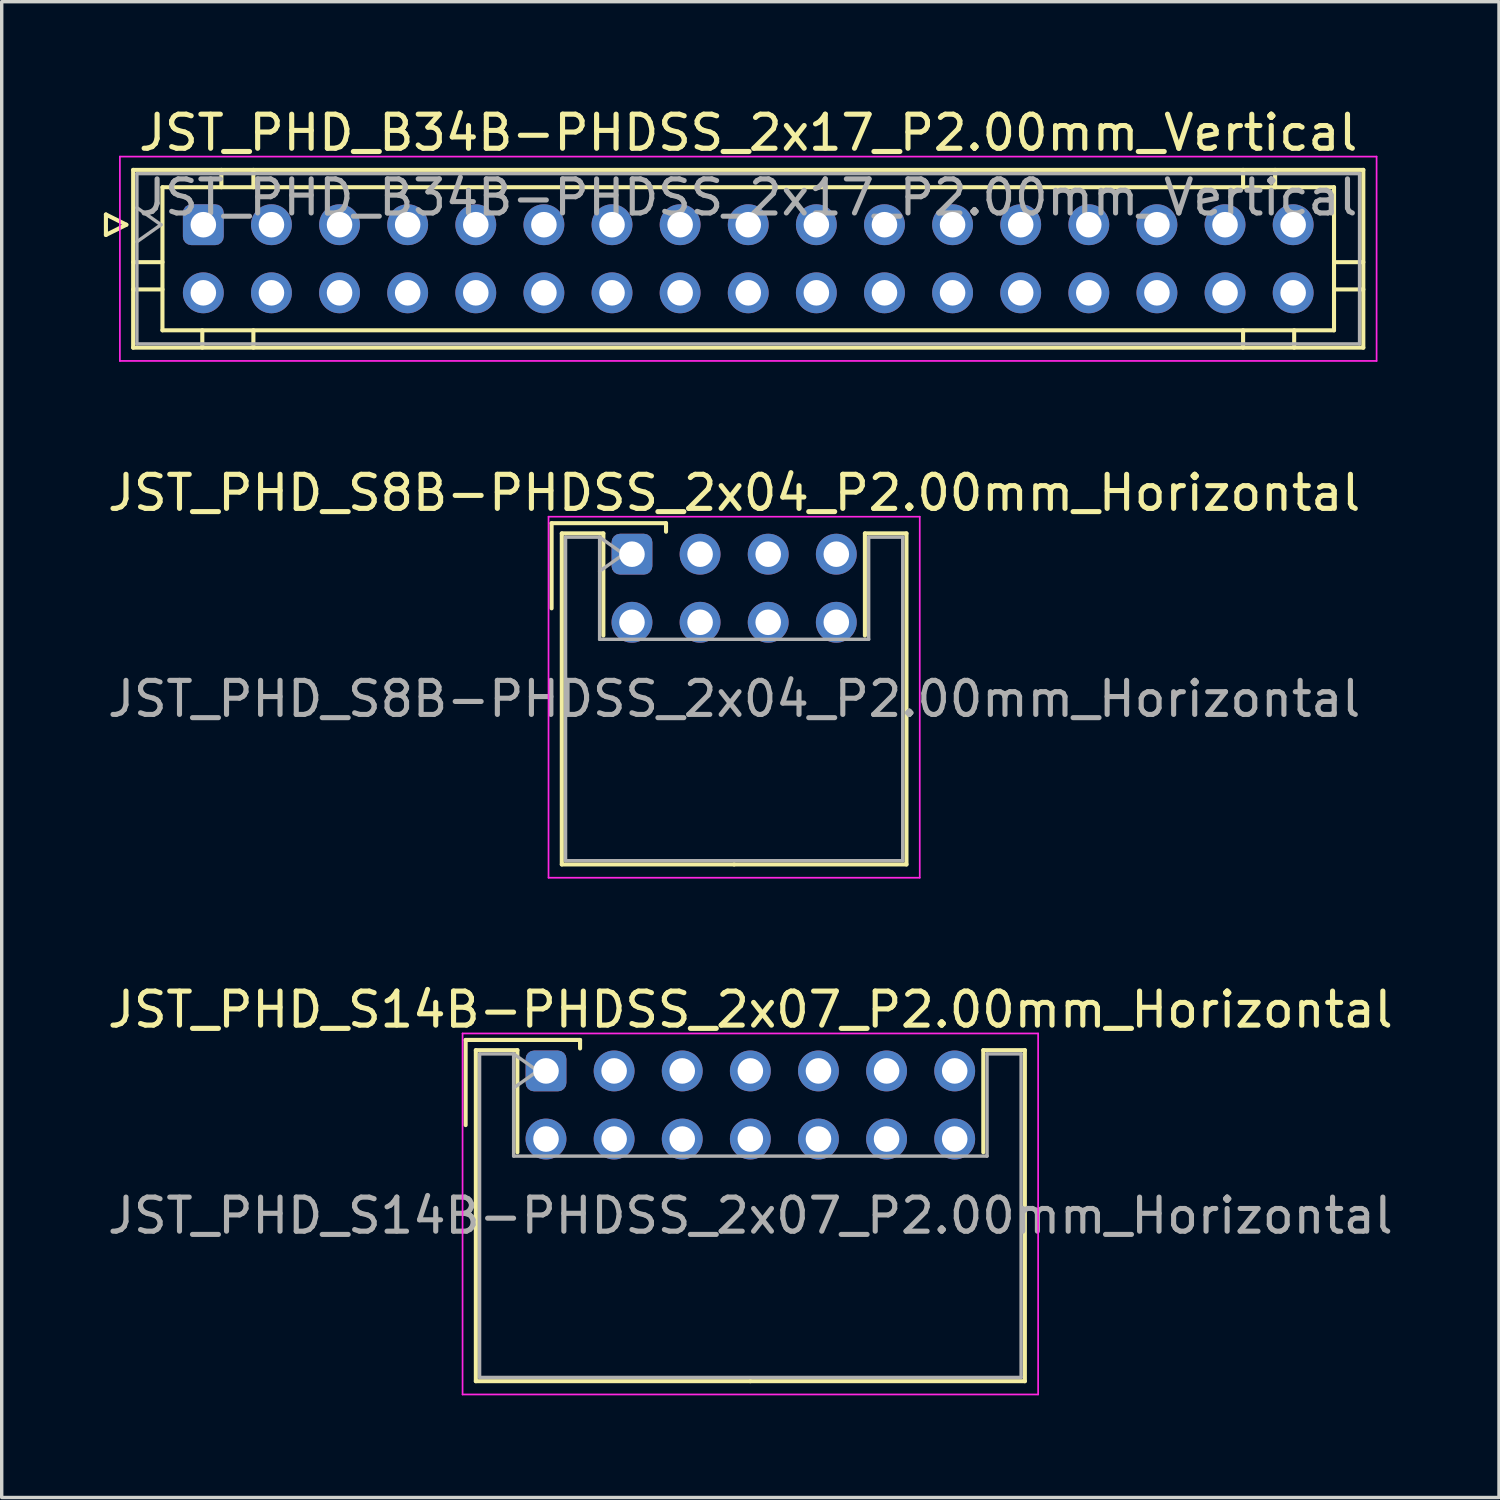
<source format=kicad_pcb>
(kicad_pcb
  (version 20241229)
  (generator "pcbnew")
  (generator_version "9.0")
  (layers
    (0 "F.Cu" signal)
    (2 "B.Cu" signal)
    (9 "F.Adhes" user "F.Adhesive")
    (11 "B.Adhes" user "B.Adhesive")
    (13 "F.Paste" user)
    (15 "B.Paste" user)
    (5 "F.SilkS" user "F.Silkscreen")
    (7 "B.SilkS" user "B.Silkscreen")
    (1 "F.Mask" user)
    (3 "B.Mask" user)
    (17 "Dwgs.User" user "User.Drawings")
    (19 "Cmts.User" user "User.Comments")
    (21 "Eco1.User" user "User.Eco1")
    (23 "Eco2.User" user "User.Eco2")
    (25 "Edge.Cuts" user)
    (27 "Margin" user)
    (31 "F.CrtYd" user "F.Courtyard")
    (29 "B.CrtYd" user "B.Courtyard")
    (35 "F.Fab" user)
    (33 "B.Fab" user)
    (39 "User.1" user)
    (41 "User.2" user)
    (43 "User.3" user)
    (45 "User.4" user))
  (footprint "JST_PHD_S8B-PHDSS_2x04_P2.00mm_Horizontal"
    (layer "F.Cu")
    (at 15.506 13.222)
    (property "Reference" "JST_PHD_S8B-PHDSS_2x04_P2.00mm_Horizontal" (at 3 -1.8 0) (layer "F.SilkS") (effects (font (size 1 1) (thickness 0.15))))
    (attr through_hole)
    (fp_line (start -2.36 -0.91) (end -2.36 1.59) (stroke (width 0.12) (type solid)) (layer "F.SilkS"))
    (fp_line (start -2.06 -0.61) (end -2.06 9.11) (stroke (width 0.12) (type solid)) (layer "F.SilkS"))
    (fp_line (start -2.06 9.11) (end 3 9.11) (stroke (width 0.12) (type solid)) (layer "F.SilkS"))
    (fp_line (start -0.84 -0.61) (end -2.06 -0.61) (stroke (width 0.12) (type solid)) (layer "F.SilkS"))
    (fp_line (start -0.84 2.39) (end -0.84 -0.61) (stroke (width 0.12) (type solid)) (layer "F.SilkS"))
    (fp_line (start 1 -0.91) (end -2.36 -0.91) (stroke (width 0.12) (type solid)) (layer "F.SilkS"))
    (fp_line (start 1 -0.66) (end 1 -0.91) (stroke (width 0.12) (type solid)) (layer "F.SilkS"))
    (fp_line (start 6.84 -0.61) (end 8.06 -0.61) (stroke (width 0.12) (type solid)) (layer "F.SilkS"))
    (fp_line (start 6.84 2.39) (end 6.84 -0.61) (stroke (width 0.12) (type solid)) (layer "F.SilkS"))
    (fp_line (start 8.06 -0.61) (end 8.06 9.11) (stroke (width 0.12) (type solid)) (layer "F.SilkS"))
    (fp_line (start 8.06 9.11) (end 3 9.11) (stroke (width 0.12) (type solid)) (layer "F.SilkS"))
    (fp_line (start -2.45 -1.1) (end -2.45 9.5) (stroke (width 0.05) (type solid)) (layer "F.CrtYd"))
    (fp_line (start -2.45 9.5) (end 8.45 9.5) (stroke (width 0.05) (type solid)) (layer "F.CrtYd"))
    (fp_line (start 8.45 -1.1) (end -2.45 -1.1) (stroke (width 0.05) (type solid)) (layer "F.CrtYd"))
    (fp_line (start 8.45 9.5) (end 8.45 -1.1) (stroke (width 0.05) (type solid)) (layer "F.CrtYd"))
    (fp_line (start -1.95 -0.5) (end -0.95 -0.5) (stroke (width 0.1) (type solid)) (layer "F.Fab"))
    (fp_line (start -1.95 9) (end -1.95 -0.5) (stroke (width 0.1) (type solid)) (layer "F.Fab"))
    (fp_line (start -0.95 -0.5) (end -0.95 2.5) (stroke (width 0.1) (type solid)) (layer "F.Fab"))
    (fp_line (start -0.95 -0.5) (end -0.243 0) (stroke (width 0.1) (type solid)) (layer "F.Fab"))
    (fp_line (start -0.95 2.5) (end 6.95 2.5) (stroke (width 0.1) (type solid)) (layer "F.Fab"))
    (fp_line (start -0.243 0) (end -0.95 0.5) (stroke (width 0.1) (type solid)) (layer "F.Fab"))
    (fp_line (start 6.95 -0.5) (end 7.95 -0.5) (stroke (width 0.1) (type solid)) (layer "F.Fab"))
    (fp_line (start 6.95 2.5) (end 6.95 -0.5) (stroke (width 0.1) (type solid)) (layer "F.Fab"))
    (fp_line (start 7.95 -0.5) (end 7.95 9) (stroke (width 0.1) (type solid)) (layer "F.Fab"))
    (fp_line (start 7.95 9) (end -1.95 9) (stroke (width 0.1) (type solid)) (layer "F.Fab"))
    (fp_text user "${REFERENCE}" (at 3 4.25 0) (layer "F.Fab") (effects (font (size 1 1) (thickness 0.15))))
    (pad "1" thru_hole roundrect (at 0 0) (size 1.2 1.2) (drill 0.75) (layers "*.Cu" "*.Mask") (roundrect_rratio 0.208))
    (pad "2" thru_hole circle (at 0 2) (size 1.2 1.2) (drill 0.75) (layers "*.Cu" "*.Mask"))
    (pad "3" thru_hole circle (at 2 0) (size 1.2 1.2) (drill 0.75) (layers "*.Cu" "*.Mask"))
    (pad "4" thru_hole circle (at 2 2) (size 1.2 1.2) (drill 0.75) (layers "*.Cu" "*.Mask"))
    (pad "5" thru_hole circle (at 4 0) (size 1.2 1.2) (drill 0.75) (layers "*.Cu" "*.Mask"))
    (pad "6" thru_hole circle (at 4 2) (size 1.2 1.2) (drill 0.75) (layers "*.Cu" "*.Mask"))
    (pad "7" thru_hole circle (at 6 0) (size 1.2 1.2) (drill 0.75) (layers "*.Cu" "*.Mask"))
    (pad "8" thru_hole circle (at 6 2) (size 1.2 1.2) (drill 0.75) (layers "*.Cu" "*.Mask")))
  (footprint "JST_PHD_S14B-PHDSS_2x07_P2.00mm_Horizontal"
    (layer "F.Cu")
    (at 12.982 28.395)
    (property "Reference" "JST_PHD_S14B-PHDSS_2x07_P2.00mm_Horizontal" (at 6 -1.8 0) (layer "F.SilkS") (effects (font (size 1 1) (thickness 0.15))))
    (attr through_hole)
    (fp_line (start -2.36 -0.91) (end -2.36 1.59) (stroke (width 0.12) (type solid)) (layer "F.SilkS"))
    (fp_line (start -2.06 -0.61) (end -2.06 9.11) (stroke (width 0.12) (type solid)) (layer "F.SilkS"))
    (fp_line (start -2.06 9.11) (end 6 9.11) (stroke (width 0.12) (type solid)) (layer "F.SilkS"))
    (fp_line (start -0.84 -0.61) (end -2.06 -0.61) (stroke (width 0.12) (type solid)) (layer "F.SilkS"))
    (fp_line (start -0.84 2.39) (end -0.84 -0.61) (stroke (width 0.12) (type solid)) (layer "F.SilkS"))
    (fp_line (start 1 -0.91) (end -2.36 -0.91) (stroke (width 0.12) (type solid)) (layer "F.SilkS"))
    (fp_line (start 1 -0.66) (end 1 -0.91) (stroke (width 0.12) (type solid)) (layer "F.SilkS"))
    (fp_line (start 12.84 -0.61) (end 14.06 -0.61) (stroke (width 0.12) (type solid)) (layer "F.SilkS"))
    (fp_line (start 12.84 2.39) (end 12.84 -0.61) (stroke (width 0.12) (type solid)) (layer "F.SilkS"))
    (fp_line (start 14.06 -0.61) (end 14.06 9.11) (stroke (width 0.12) (type solid)) (layer "F.SilkS"))
    (fp_line (start 14.06 9.11) (end 6 9.11) (stroke (width 0.12) (type solid)) (layer "F.SilkS"))
    (fp_line (start -2.45 -1.1) (end -2.45 9.5) (stroke (width 0.05) (type solid)) (layer "F.CrtYd"))
    (fp_line (start -2.45 9.5) (end 14.45 9.5) (stroke (width 0.05) (type solid)) (layer "F.CrtYd"))
    (fp_line (start 14.45 -1.1) (end -2.45 -1.1) (stroke (width 0.05) (type solid)) (layer "F.CrtYd"))
    (fp_line (start 14.45 9.5) (end 14.45 -1.1) (stroke (width 0.05) (type solid)) (layer "F.CrtYd"))
    (fp_line (start -1.95 -0.5) (end -0.95 -0.5) (stroke (width 0.1) (type solid)) (layer "F.Fab"))
    (fp_line (start -1.95 9) (end -1.95 -0.5) (stroke (width 0.1) (type solid)) (layer "F.Fab"))
    (fp_line (start -0.95 -0.5) (end -0.95 2.5) (stroke (width 0.1) (type solid)) (layer "F.Fab"))
    (fp_line (start -0.95 -0.5) (end -0.243 0) (stroke (width 0.1) (type solid)) (layer "F.Fab"))
    (fp_line (start -0.95 2.5) (end 12.95 2.5) (stroke (width 0.1) (type solid)) (layer "F.Fab"))
    (fp_line (start -0.243 0) (end -0.95 0.5) (stroke (width 0.1) (type solid)) (layer "F.Fab"))
    (fp_line (start 12.95 -0.5) (end 13.95 -0.5) (stroke (width 0.1) (type solid)) (layer "F.Fab"))
    (fp_line (start 12.95 2.5) (end 12.95 -0.5) (stroke (width 0.1) (type solid)) (layer "F.Fab"))
    (fp_line (start 13.95 -0.5) (end 13.95 9) (stroke (width 0.1) (type solid)) (layer "F.Fab"))
    (fp_line (start 13.95 9) (end -1.95 9) (stroke (width 0.1) (type solid)) (layer "F.Fab"))
    (fp_text user "${REFERENCE}" (at 6 4.25 0) (layer "F.Fab") (effects (font (size 1 1) (thickness 0.15))))
    (pad "1" thru_hole roundrect (at 0 0) (size 1.2 1.2) (drill 0.75) (layers "*.Cu" "*.Mask") (roundrect_rratio 0.208))
    (pad "2" thru_hole circle (at 0 2) (size 1.2 1.2) (drill 0.75) (layers "*.Cu" "*.Mask"))
    (pad "3" thru_hole circle (at 2 0) (size 1.2 1.2) (drill 0.75) (layers "*.Cu" "*.Mask"))
    (pad "4" thru_hole circle (at 2 2) (size 1.2 1.2) (drill 0.75) (layers "*.Cu" "*.Mask"))
    (pad "5" thru_hole circle (at 4 0) (size 1.2 1.2) (drill 0.75) (layers "*.Cu" "*.Mask"))
    (pad "6" thru_hole circle (at 4 2) (size 1.2 1.2) (drill 0.75) (layers "*.Cu" "*.Mask"))
    (pad "7" thru_hole circle (at 6 0) (size 1.2 1.2) (drill 0.75) (layers "*.Cu" "*.Mask"))
    (pad "8" thru_hole circle (at 6 2) (size 1.2 1.2) (drill 0.75) (layers "*.Cu" "*.Mask"))
    (pad "9" thru_hole circle (at 8 0) (size 1.2 1.2) (drill 0.75) (layers "*.Cu" "*.Mask"))
    (pad "10" thru_hole circle (at 8 2) (size 1.2 1.2) (drill 0.75) (layers "*.Cu" "*.Mask"))
    (pad "11" thru_hole circle (at 10 0) (size 1.2 1.2) (drill 0.75) (layers "*.Cu" "*.Mask"))
    (pad "12" thru_hole circle (at 10 2) (size 1.2 1.2) (drill 0.75) (layers "*.Cu" "*.Mask"))
    (pad "13" thru_hole circle (at 12 0) (size 1.2 1.2) (drill 0.75) (layers "*.Cu" "*.Mask"))
    (pad "14" thru_hole circle (at 12 2) (size 1.2 1.2) (drill 0.75) (layers "*.Cu" "*.Mask")))
  (footprint "JST_PHD_B34B-PHDSS_2x17_P2.00mm_Vertical"
    (layer "F.Cu")
    (at 2.92 3.548)
    (property "Reference" "JST_PHD_B34B-PHDSS_2x17_P2.00mm_Vertical" (at 16 -2.7 0) (layer "F.SilkS") (effects (font (size 1 1) (thickness 0.15))))
    (attr through_hole)
    (fp_line (start -2.86 -0.3) (end -2.26 0) (stroke (width 0.12) (type solid)) (layer "F.SilkS"))
    (fp_line (start -2.86 0.3) (end -2.86 -0.3) (stroke (width 0.12) (type solid)) (layer "F.SilkS"))
    (fp_line (start -2.26 0) (end -2.86 0.3) (stroke (width 0.12) (type solid)) (layer "F.SilkS"))
    (fp_line (start -2.06 -1.61) (end -2.06 3.61) (stroke (width 0.12) (type solid)) (layer "F.SilkS"))
    (fp_line (start -2.06 1.1) (end -1.2 1.1) (stroke (width 0.12) (type solid)) (layer "F.SilkS"))
    (fp_line (start -2.06 1.9) (end -1.2 1.9) (stroke (width 0.12) (type solid)) (layer "F.SilkS"))
    (fp_line (start -2.06 3.61) (end 34.06 3.61) (stroke (width 0.12) (type solid)) (layer "F.SilkS"))
    (fp_line (start -1.2 -1.1) (end -1.2 3.1) (stroke (width 0.12) (type solid)) (layer "F.SilkS"))
    (fp_line (start -1.2 3.1) (end 33.2 3.1) (stroke (width 0.12) (type solid)) (layer "F.SilkS"))
    (fp_line (start -0.03 3.61) (end -0.03 3.1) (stroke (width 0.12) (type solid)) (layer "F.SilkS"))
    (fp_line (start 0.53 -1.61) (end 0.53 -1.1) (stroke (width 0.12) (type solid)) (layer "F.SilkS"))
    (fp_line (start 1.47 -1.61) (end 1.47 -1.1) (stroke (width 0.12) (type solid)) (layer "F.SilkS"))
    (fp_line (start 1.47 3.61) (end 1.47 3.1) (stroke (width 0.12) (type solid)) (layer "F.SilkS"))
    (fp_line (start 30.53 -1.61) (end 30.53 -1.1) (stroke (width 0.12) (type solid)) (layer "F.SilkS"))
    (fp_line (start 30.53 3.61) (end 30.53 3.1) (stroke (width 0.12) (type solid)) (layer "F.SilkS"))
    (fp_line (start 31.47 -1.61) (end 31.47 -1.1) (stroke (width 0.12) (type solid)) (layer "F.SilkS"))
    (fp_line (start 32.03 3.61) (end 32.03 3.1) (stroke (width 0.12) (type solid)) (layer "F.SilkS"))
    (fp_line (start 33.2 -1.1) (end -1.2 -1.1) (stroke (width 0.12) (type solid)) (layer "F.SilkS"))
    (fp_line (start 33.2 3.1) (end 33.2 -1.1) (stroke (width 0.12) (type solid)) (layer "F.SilkS"))
    (fp_line (start 34.06 -1.61) (end -2.06 -1.61) (stroke (width 0.12) (type solid)) (layer "F.SilkS"))
    (fp_line (start 34.06 1.1) (end 33.2 1.1) (stroke (width 0.12) (type solid)) (layer "F.SilkS"))
    (fp_line (start 34.06 1.9) (end 33.2 1.9) (stroke (width 0.12) (type solid)) (layer "F.SilkS"))
    (fp_line (start 34.06 3.61) (end 34.06 -1.61) (stroke (width 0.12) (type solid)) (layer "F.SilkS"))
    (fp_line (start -2.45 -2) (end -2.45 4) (stroke (width 0.05) (type solid)) (layer "F.CrtYd"))
    (fp_line (start -2.45 4) (end 34.45 4) (stroke (width 0.05) (type solid)) (layer "F.CrtYd"))
    (fp_line (start 34.45 -2) (end -2.45 -2) (stroke (width 0.05) (type solid)) (layer "F.CrtYd"))
    (fp_line (start 34.45 4) (end 34.45 -2) (stroke (width 0.05) (type solid)) (layer "F.CrtYd"))
    (fp_line (start -1.95 -1.5) (end -1.95 3.5) (stroke (width 0.1) (type solid)) (layer "F.Fab"))
    (fp_line (start -1.95 0.5) (end -1.243 0) (stroke (width 0.1) (type solid)) (layer "F.Fab"))
    (fp_line (start -1.95 3.5) (end 33.95 3.5) (stroke (width 0.1) (type solid)) (layer "F.Fab"))
    (fp_line (start -1.243 0) (end -1.95 -0.5) (stroke (width 0.1) (type solid)) (layer "F.Fab"))
    (fp_line (start 33.95 -1.5) (end -1.95 -1.5) (stroke (width 0.1) (type solid)) (layer "F.Fab"))
    (fp_line (start 33.95 3.5) (end 33.95 -1.5) (stroke (width 0.1) (type solid)) (layer "F.Fab"))
    (fp_text user "${REFERENCE}" (at 16 -0.8 0) (layer "F.Fab") (effects (font (size 1 1) (thickness 0.15))))
    (pad "1" thru_hole roundrect (at 0 0) (size 1.2 1.2) (drill 0.75) (layers "*.Cu" "*.Mask") (roundrect_rratio 0.208))
    (pad "2" thru_hole circle (at 0 2) (size 1.2 1.2) (drill 0.75) (layers "*.Cu" "*.Mask"))
    (pad "3" thru_hole circle (at 2 0) (size 1.2 1.2) (drill 0.75) (layers "*.Cu" "*.Mask"))
    (pad "4" thru_hole circle (at 2 2) (size 1.2 1.2) (drill 0.75) (layers "*.Cu" "*.Mask"))
    (pad "5" thru_hole circle (at 4 0) (size 1.2 1.2) (drill 0.75) (layers "*.Cu" "*.Mask"))
    (pad "6" thru_hole circle (at 4 2) (size 1.2 1.2) (drill 0.75) (layers "*.Cu" "*.Mask"))
    (pad "7" thru_hole circle (at 6 0) (size 1.2 1.2) (drill 0.75) (layers "*.Cu" "*.Mask"))
    (pad "8" thru_hole circle (at 6 2) (size 1.2 1.2) (drill 0.75) (layers "*.Cu" "*.Mask"))
    (pad "9" thru_hole circle (at 8 0) (size 1.2 1.2) (drill 0.75) (layers "*.Cu" "*.Mask"))
    (pad "10" thru_hole circle (at 8 2) (size 1.2 1.2) (drill 0.75) (layers "*.Cu" "*.Mask"))
    (pad "11" thru_hole circle (at 10 0) (size 1.2 1.2) (drill 0.75) (layers "*.Cu" "*.Mask"))
    (pad "12" thru_hole circle (at 10 2) (size 1.2 1.2) (drill 0.75) (layers "*.Cu" "*.Mask"))
    (pad "13" thru_hole circle (at 12 0) (size 1.2 1.2) (drill 0.75) (layers "*.Cu" "*.Mask"))
    (pad "14" thru_hole circle (at 12 2) (size 1.2 1.2) (drill 0.75) (layers "*.Cu" "*.Mask"))
    (pad "15" thru_hole circle (at 14 0) (size 1.2 1.2) (drill 0.75) (layers "*.Cu" "*.Mask"))
    (pad "16" thru_hole circle (at 14 2) (size 1.2 1.2) (drill 0.75) (layers "*.Cu" "*.Mask"))
    (pad "17" thru_hole circle (at 16 0) (size 1.2 1.2) (drill 0.75) (layers "*.Cu" "*.Mask"))
    (pad "18" thru_hole circle (at 16 2) (size 1.2 1.2) (drill 0.75) (layers "*.Cu" "*.Mask"))
    (pad "19" thru_hole circle (at 18 0) (size 1.2 1.2) (drill 0.75) (layers "*.Cu" "*.Mask"))
    (pad "20" thru_hole circle (at 18 2) (size 1.2 1.2) (drill 0.75) (layers "*.Cu" "*.Mask"))
    (pad "21" thru_hole circle (at 20 0) (size 1.2 1.2) (drill 0.75) (layers "*.Cu" "*.Mask"))
    (pad "22" thru_hole circle (at 20 2) (size 1.2 1.2) (drill 0.75) (layers "*.Cu" "*.Mask"))
    (pad "23" thru_hole circle (at 22 0) (size 1.2 1.2) (drill 0.75) (layers "*.Cu" "*.Mask"))
    (pad "24" thru_hole circle (at 22 2) (size 1.2 1.2) (drill 0.75) (layers "*.Cu" "*.Mask"))
    (pad "25" thru_hole circle (at 24 0) (size 1.2 1.2) (drill 0.75) (layers "*.Cu" "*.Mask"))
    (pad "26" thru_hole circle (at 24 2) (size 1.2 1.2) (drill 0.75) (layers "*.Cu" "*.Mask"))
    (pad "27" thru_hole circle (at 26 0) (size 1.2 1.2) (drill 0.75) (layers "*.Cu" "*.Mask"))
    (pad "28" thru_hole circle (at 26 2) (size 1.2 1.2) (drill 0.75) (layers "*.Cu" "*.Mask"))
    (pad "29" thru_hole circle (at 28 0) (size 1.2 1.2) (drill 0.75) (layers "*.Cu" "*.Mask"))
    (pad "30" thru_hole circle (at 28 2) (size 1.2 1.2) (drill 0.75) (layers "*.Cu" "*.Mask"))
    (pad "31" thru_hole circle (at 30 0) (size 1.2 1.2) (drill 0.75) (layers "*.Cu" "*.Mask"))
    (pad "32" thru_hole circle (at 30 2) (size 1.2 1.2) (drill 0.75) (layers "*.Cu" "*.Mask"))
    (pad "33" thru_hole circle (at 32 0) (size 1.2 1.2) (drill 0.75) (layers "*.Cu" "*.Mask"))
    (pad "34" thru_hole circle (at 32 2) (size 1.2 1.2) (drill 0.75) (layers "*.Cu" "*.Mask")))
  (gr_rect
    (start -3 -3)
    (end 40.964 40.92)
    (stroke (width 0.1) (type default))
    (fill no)
    (layer "Edge.Cuts")))
</source>
